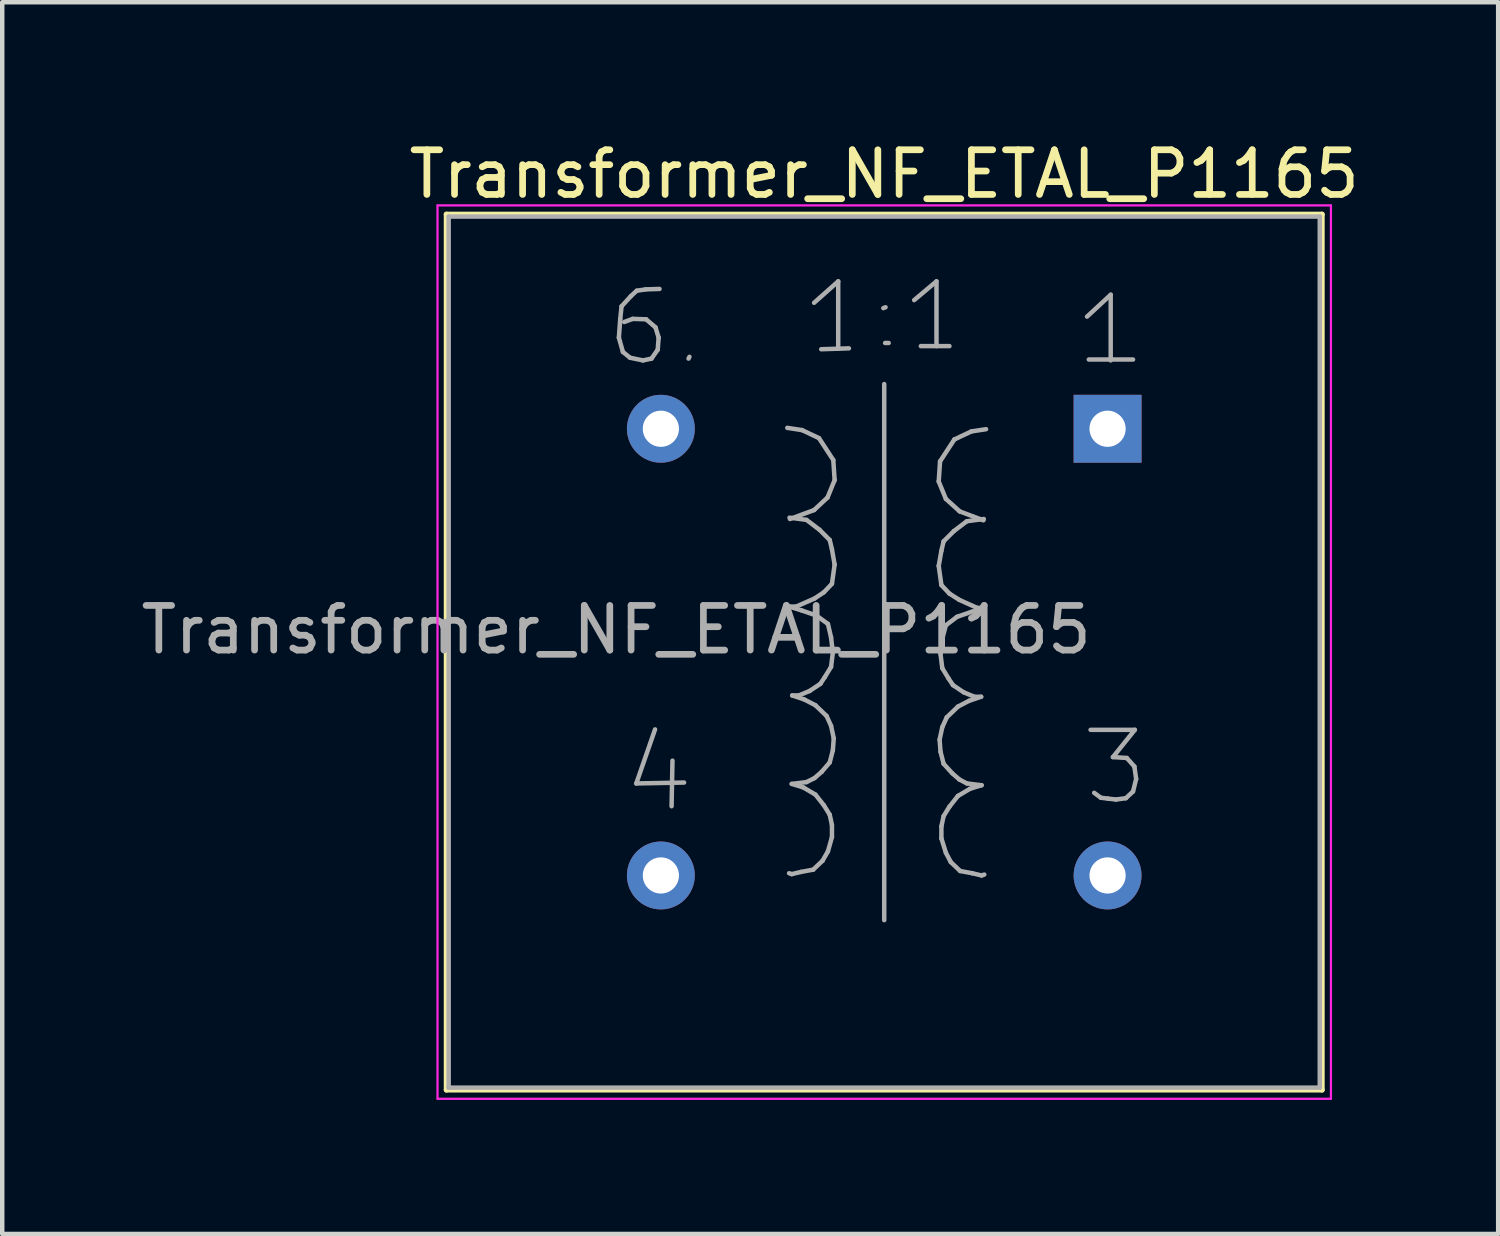
<source format=kicad_pcb>
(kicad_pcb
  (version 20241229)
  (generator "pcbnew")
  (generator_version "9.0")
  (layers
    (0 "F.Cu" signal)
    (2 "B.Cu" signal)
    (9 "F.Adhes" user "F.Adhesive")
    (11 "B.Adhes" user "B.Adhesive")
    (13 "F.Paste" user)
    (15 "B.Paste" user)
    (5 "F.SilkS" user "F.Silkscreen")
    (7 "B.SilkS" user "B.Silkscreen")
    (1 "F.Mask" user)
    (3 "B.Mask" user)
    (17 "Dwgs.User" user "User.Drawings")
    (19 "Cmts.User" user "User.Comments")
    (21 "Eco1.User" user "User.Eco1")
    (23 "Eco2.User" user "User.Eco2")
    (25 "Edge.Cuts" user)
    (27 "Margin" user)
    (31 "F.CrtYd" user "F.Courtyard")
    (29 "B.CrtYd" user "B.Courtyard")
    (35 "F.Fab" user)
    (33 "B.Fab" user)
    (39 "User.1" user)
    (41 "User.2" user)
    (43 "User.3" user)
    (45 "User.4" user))
  (footprint "Transformer_NF_ETAL_P1165"
    (layer "F.Cu")
    (at 21.744 6.548)
    (property "Reference" "Transformer_NF_ETAL_P1165" (at -5 -5.7 0) (layer "F.SilkS") (effects (font (size 1 1) (thickness 0.15))))
    (attr through_hole)
    (fp_line (start -14.8 -4.8) (end 4.8 -4.8) (stroke (width 0.12) (type solid)) (layer "F.SilkS"))
    (fp_line (start -14.8 14.8) (end -14.8 -4.8) (stroke (width 0.12) (type solid)) (layer "F.SilkS"))
    (fp_line (start 4.8 -4.8) (end 4.8 14.8) (stroke (width 0.12) (type solid)) (layer "F.SilkS"))
    (fp_line (start 4.8 14.8) (end -14.8 14.8) (stroke (width 0.12) (type solid)) (layer "F.SilkS"))
    (fp_line (start -15 -5) (end -15 15) (stroke (width 0.05) (type solid)) (layer "F.CrtYd"))
    (fp_line (start -15 -5) (end 5 -5) (stroke (width 0.05) (type solid)) (layer "F.CrtYd"))
    (fp_line (start 5 15) (end -15 15) (stroke (width 0.05) (type solid)) (layer "F.CrtYd"))
    (fp_line (start 5 15) (end 5 -5) (stroke (width 0.05) (type solid)) (layer "F.CrtYd"))
    (fp_line (start -14.75 -4.75) (end -14.75 14.75) (stroke (width 0.1) (type solid)) (layer "F.Fab"))
    (fp_line (start -14.75 14.75) (end 4.75 14.75) (stroke (width 0.1) (type solid)) (layer "F.Fab"))
    (fp_line (start -10.94 -2.04) (end -10.85 -1.72) (stroke (width 0.1) (type solid)) (layer "F.Fab"))
    (fp_line (start -10.91 -2.45) (end -10.94 -2.04) (stroke (width 0.1) (type solid)) (layer "F.Fab"))
    (fp_line (start -10.88 -2.74) (end -10.91 -2.45) (stroke (width 0.1) (type solid)) (layer "F.Fab"))
    (fp_line (start -10.85 -1.72) (end -10.69 -1.59) (stroke (width 0.1) (type solid)) (layer "F.Fab"))
    (fp_line (start -10.69 -1.59) (end -10.4 -1.53) (stroke (width 0.1) (type solid)) (layer "F.Fab"))
    (fp_line (start -10.67 -2.97) (end -10.88 -2.74) (stroke (width 0.1) (type solid)) (layer "F.Fab"))
    (fp_line (start -10.63 -2.46) (end -10.82 -2.39) (stroke (width 0.1) (type solid)) (layer "F.Fab"))
    (fp_line (start -10.55 7.94) (end -9.48 7.92) (stroke (width 0.1) (type solid)) (layer "F.Fab"))
    (fp_line (start -10.54 -3.09) (end -10.67 -2.97) (stroke (width 0.1) (type solid)) (layer "F.Fab"))
    (fp_line (start -10.4 -1.53) (end -10.21 -1.57) (stroke (width 0.1) (type solid)) (layer "F.Fab"))
    (fp_line (start -10.34 -3.12) (end -10.54 -3.09) (stroke (width 0.1) (type solid)) (layer "F.Fab"))
    (fp_line (start -10.33 -2.45) (end -10.63 -2.46) (stroke (width 0.1) (type solid)) (layer "F.Fab"))
    (fp_line (start -10.21 -1.57) (end -10.07 -1.77) (stroke (width 0.1) (type solid)) (layer "F.Fab"))
    (fp_line (start -10.13 6.73) (end -10.55 7.94) (stroke (width 0.1) (type solid)) (layer "F.Fab"))
    (fp_line (start -10.12 -2.27) (end -10.33 -2.45) (stroke (width 0.1) (type solid)) (layer "F.Fab"))
    (fp_line (start -10.07 -1.77) (end -10.05 -2.04) (stroke (width 0.1) (type solid)) (layer "F.Fab"))
    (fp_line (start -10.05 -2.04) (end -10.12 -2.27) (stroke (width 0.1) (type solid)) (layer "F.Fab"))
    (fp_line (start -10.03 -3.13) (end -10.34 -3.12) (stroke (width 0.1) (type solid)) (layer "F.Fab"))
    (fp_line (start -9.74 7.43) (end -9.76 8.45) (stroke (width 0.1) (type solid)) (layer "F.Fab"))
    (fp_line (start -9.38 -1.57) (end -9.36 -1.61) (stroke (width 0.1) (type solid)) (layer "F.Fab"))
    (fp_line (start -7.17 -0.02) (end -6.84 0.03) (stroke (width 0.1) (type solid)) (layer "F.Fab"))
    (fp_line (start -7.13 3.98) (end -6.84 4.07) (stroke (width 0.1) (type solid)) (layer "F.Fab"))
    (fp_line (start -7.12 1.99) (end -6.74 2.04) (stroke (width 0.1) (type solid)) (layer "F.Fab"))
    (fp_line (start -7.07 7.95) (end -6.81 8.03) (stroke (width 0.1) (type solid)) (layer "F.Fab"))
    (fp_line (start -7.07 9.97) (end -7.13 9.95) (stroke (width 0.1) (type solid)) (layer "F.Fab"))
    (fp_line (start -7.06 5.97) (end -6.79 6.06) (stroke (width 0.1) (type solid)) (layer "F.Fab"))
    (fp_line (start -6.97 3.98) (end -7.13 3.98) (stroke (width 0.1) (type solid)) (layer "F.Fab"))
    (fp_line (start -6.91 5.97) (end -7.06 5.97) (stroke (width 0.1) (type solid)) (layer "F.Fab"))
    (fp_line (start -6.86 9.92) (end -7.07 9.97) (stroke (width 0.1) (type solid)) (layer "F.Fab"))
    (fp_line (start -6.84 0.03) (end -6.46 0.21) (stroke (width 0.1) (type solid)) (layer "F.Fab"))
    (fp_line (start -6.84 4.07) (end -6.52 4.18) (stroke (width 0.1) (type solid)) (layer "F.Fab"))
    (fp_line (start -6.81 8.03) (end -6.54 8.19) (stroke (width 0.1) (type solid)) (layer "F.Fab"))
    (fp_line (start -6.79 6.06) (end -6.54 6.19) (stroke (width 0.1) (type solid)) (layer "F.Fab"))
    (fp_line (start -6.74 2.04) (end -6.45 2.26) (stroke (width 0.1) (type solid)) (layer "F.Fab"))
    (fp_line (start -6.74 7.91) (end -7.07 7.95) (stroke (width 0.1) (type solid)) (layer "F.Fab"))
    (fp_line (start -6.67 5.87) (end -6.91 5.97) (stroke (width 0.1) (type solid)) (layer "F.Fab"))
    (fp_line (start -6.59 9.87) (end -6.86 9.92) (stroke (width 0.1) (type solid)) (layer "F.Fab"))
    (fp_line (start -6.57 -2.82) (end -6.03 -3.3) (stroke (width 0.1) (type solid)) (layer "F.Fab"))
    (fp_line (start -6.57 1.82) (end -7.11 2.02) (stroke (width 0.1) (type solid)) (layer "F.Fab"))
    (fp_line (start -6.56 3.8) (end -6.97 3.98) (stroke (width 0.1) (type solid)) (layer "F.Fab"))
    (fp_line (start -6.56 7.82) (end -6.74 7.91) (stroke (width 0.1) (type solid)) (layer "F.Fab"))
    (fp_line (start -6.54 6.19) (end -6.29 6.43) (stroke (width 0.1) (type solid)) (layer "F.Fab"))
    (fp_line (start -6.54 8.19) (end -6.35 8.43) (stroke (width 0.1) (type solid)) (layer "F.Fab"))
    (fp_line (start -6.52 4.18) (end -6.26 4.37) (stroke (width 0.1) (type solid)) (layer "F.Fab"))
    (fp_line (start -6.46 0.21) (end -6.14 0.7) (stroke (width 0.1) (type solid)) (layer "F.Fab"))
    (fp_line (start -6.45 2.26) (end -6.22 2.49) (stroke (width 0.1) (type solid)) (layer "F.Fab"))
    (fp_line (start -6.43 5.71) (end -6.67 5.87) (stroke (width 0.1) (type solid)) (layer "F.Fab"))
    (fp_line (start -6.41 -1.78) (end -5.79 -1.8) (stroke (width 0.1) (type solid)) (layer "F.Fab"))
    (fp_line (start -6.4 7.68) (end -6.56 7.82) (stroke (width 0.1) (type solid)) (layer "F.Fab"))
    (fp_line (start -6.38 9.67) (end -6.59 9.87) (stroke (width 0.1) (type solid)) (layer "F.Fab"))
    (fp_line (start -6.35 3.66) (end -6.56 3.8) (stroke (width 0.1) (type solid)) (layer "F.Fab"))
    (fp_line (start -6.35 8.43) (end -6.22 8.64) (stroke (width 0.1) (type solid)) (layer "F.Fab"))
    (fp_line (start -6.33 5.56) (end -6.43 5.71) (stroke (width 0.1) (type solid)) (layer "F.Fab"))
    (fp_line (start -6.29 6.43) (end -6.19 6.65) (stroke (width 0.1) (type solid)) (layer "F.Fab"))
    (fp_line (start -6.27 1.54) (end -6.57 1.82) (stroke (width 0.1) (type solid)) (layer "F.Fab"))
    (fp_line (start -6.26 4.37) (end -6.19 4.67) (stroke (width 0.1) (type solid)) (layer "F.Fab"))
    (fp_line (start -6.26 9.46) (end -6.38 9.67) (stroke (width 0.1) (type solid)) (layer "F.Fab"))
    (fp_line (start -6.22 2.49) (end -6.17 2.7) (stroke (width 0.1) (type solid)) (layer "F.Fab"))
    (fp_line (start -6.22 7.47) (end -6.4 7.68) (stroke (width 0.1) (type solid)) (layer "F.Fab"))
    (fp_line (start -6.22 8.64) (end -6.17 8.87) (stroke (width 0.1) (type solid)) (layer "F.Fab"))
    (fp_line (start -6.19 4.67) (end -6.15 5.01) (stroke (width 0.1) (type solid)) (layer "F.Fab"))
    (fp_line (start -6.19 5.33) (end -6.33 5.56) (stroke (width 0.1) (type solid)) (layer "F.Fab"))
    (fp_line (start -6.19 6.65) (end -6.13 6.93) (stroke (width 0.1) (type solid)) (layer "F.Fab"))
    (fp_line (start -6.17 2.7) (end -6.11 3.04) (stroke (width 0.1) (type solid)) (layer "F.Fab"))
    (fp_line (start -6.17 3.47) (end -6.35 3.66) (stroke (width 0.1) (type solid)) (layer "F.Fab"))
    (fp_line (start -6.17 8.87) (end -6.17 9.14) (stroke (width 0.1) (type solid)) (layer "F.Fab"))
    (fp_line (start -6.17 9.14) (end -6.26 9.46) (stroke (width 0.1) (type solid)) (layer "F.Fab"))
    (fp_line (start -6.15 5.01) (end -6.19 5.33) (stroke (width 0.1) (type solid)) (layer "F.Fab"))
    (fp_line (start -6.15 7.2) (end -6.22 7.47) (stroke (width 0.1) (type solid)) (layer "F.Fab"))
    (fp_line (start -6.14 0.7) (end -6.11 1.15) (stroke (width 0.1) (type solid)) (layer "F.Fab"))
    (fp_line (start -6.13 6.93) (end -6.15 7.2) (stroke (width 0.1) (type solid)) (layer "F.Fab"))
    (fp_line (start -6.11 1.15) (end -6.27 1.54) (stroke (width 0.1) (type solid)) (layer "F.Fab"))
    (fp_line (start -6.11 3.04) (end -6.17 3.47) (stroke (width 0.1) (type solid)) (layer "F.Fab"))
    (fp_line (start -6.03 -3.3) (end -6.03 -1.79) (stroke (width 0.1) (type solid)) (layer "F.Fab"))
    (fp_line (start -5 -1) (end -5 11) (stroke (width 0.1) (type solid)) (layer "F.Fab"))
    (fp_line (start -4.97 -2.72) (end -5.02 -2.7) (stroke (width 0.1) (type solid)) (layer "F.Fab"))
    (fp_line (start -4.9 -1.92) (end -4.98 -1.92) (stroke (width 0.1) (type solid)) (layer "F.Fab"))
    (fp_line (start -4.33 -2.88) (end -3.83 -3.3) (stroke (width 0.1) (type solid)) (layer "F.Fab"))
    (fp_line (start -4.18 -1.85) (end -3.54 -1.85) (stroke (width 0.1) (type solid)) (layer "F.Fab"))
    (fp_line (start -3.83 -3.3) (end -3.83 -1.85) (stroke (width 0.1) (type solid)) (layer "F.Fab"))
    (fp_line (start -3.78 1.18) (end -3.62 1.57) (stroke (width 0.1) (type solid)) (layer "F.Fab"))
    (fp_line (start -3.78 3.07) (end -3.72 3.5) (stroke (width 0.1) (type solid)) (layer "F.Fab"))
    (fp_line (start -3.76 6.96) (end -3.74 7.23) (stroke (width 0.1) (type solid)) (layer "F.Fab"))
    (fp_line (start -3.75 0.73) (end -3.78 1.18) (stroke (width 0.1) (type solid)) (layer "F.Fab"))
    (fp_line (start -3.74 5.04) (end -3.7 5.36) (stroke (width 0.1) (type solid)) (layer "F.Fab"))
    (fp_line (start -3.74 7.23) (end -3.67 7.5) (stroke (width 0.1) (type solid)) (layer "F.Fab"))
    (fp_line (start -3.72 2.73) (end -3.78 3.07) (stroke (width 0.1) (type solid)) (layer "F.Fab"))
    (fp_line (start -3.72 3.5) (end -3.54 3.69) (stroke (width 0.1) (type solid)) (layer "F.Fab"))
    (fp_line (start -3.72 8.9) (end -3.72 9.17) (stroke (width 0.1) (type solid)) (layer "F.Fab"))
    (fp_line (start -3.72 9.17) (end -3.62 9.49) (stroke (width 0.1) (type solid)) (layer "F.Fab"))
    (fp_line (start -3.7 4.7) (end -3.74 5.04) (stroke (width 0.1) (type solid)) (layer "F.Fab"))
    (fp_line (start -3.7 5.36) (end -3.56 5.59) (stroke (width 0.1) (type solid)) (layer "F.Fab"))
    (fp_line (start -3.7 6.68) (end -3.76 6.96) (stroke (width 0.1) (type solid)) (layer "F.Fab"))
    (fp_line (start -3.67 2.52) (end -3.72 2.73) (stroke (width 0.1) (type solid)) (layer "F.Fab"))
    (fp_line (start -3.67 7.5) (end -3.48 7.71) (stroke (width 0.1) (type solid)) (layer "F.Fab"))
    (fp_line (start -3.67 8.67) (end -3.72 8.9) (stroke (width 0.1) (type solid)) (layer "F.Fab"))
    (fp_line (start -3.62 1.57) (end -3.31 1.85) (stroke (width 0.1) (type solid)) (layer "F.Fab"))
    (fp_line (start -3.62 4.4) (end -3.7 4.7) (stroke (width 0.1) (type solid)) (layer "F.Fab"))
    (fp_line (start -3.62 9.49) (end -3.51 9.7) (stroke (width 0.1) (type solid)) (layer "F.Fab"))
    (fp_line (start -3.6 6.46) (end -3.7 6.68) (stroke (width 0.1) (type solid)) (layer "F.Fab"))
    (fp_line (start -3.56 5.59) (end -3.46 5.74) (stroke (width 0.1) (type solid)) (layer "F.Fab"))
    (fp_line (start -3.54 3.69) (end -3.32 3.83) (stroke (width 0.1) (type solid)) (layer "F.Fab"))
    (fp_line (start -3.54 8.46) (end -3.67 8.67) (stroke (width 0.1) (type solid)) (layer "F.Fab"))
    (fp_line (start -3.51 9.7) (end -3.3 9.9) (stroke (width 0.1) (type solid)) (layer "F.Fab"))
    (fp_line (start -3.48 7.71) (end -3.32 7.85) (stroke (width 0.1) (type solid)) (layer "F.Fab"))
    (fp_line (start -3.46 5.74) (end -3.22 5.9) (stroke (width 0.1) (type solid)) (layer "F.Fab"))
    (fp_line (start -3.44 2.29) (end -3.67 2.52) (stroke (width 0.1) (type solid)) (layer "F.Fab"))
    (fp_line (start -3.43 0.24) (end -3.75 0.73) (stroke (width 0.1) (type solid)) (layer "F.Fab"))
    (fp_line (start -3.37 4.21) (end -3.62 4.4) (stroke (width 0.1) (type solid)) (layer "F.Fab"))
    (fp_line (start -3.35 6.22) (end -3.6 6.46) (stroke (width 0.1) (type solid)) (layer "F.Fab"))
    (fp_line (start -3.35 8.22) (end -3.54 8.46) (stroke (width 0.1) (type solid)) (layer "F.Fab"))
    (fp_line (start -3.32 3.83) (end -2.92 4.01) (stroke (width 0.1) (type solid)) (layer "F.Fab"))
    (fp_line (start -3.32 7.85) (end -3.15 7.94) (stroke (width 0.1) (type solid)) (layer "F.Fab"))
    (fp_line (start -3.31 1.85) (end -2.78 2.05) (stroke (width 0.1) (type solid)) (layer "F.Fab"))
    (fp_line (start -3.3 9.9) (end -3.03 9.95) (stroke (width 0.1) (type solid)) (layer "F.Fab"))
    (fp_line (start -3.22 5.9) (end -2.98 6) (stroke (width 0.1) (type solid)) (layer "F.Fab"))
    (fp_line (start -3.15 2.07) (end -3.44 2.29) (stroke (width 0.1) (type solid)) (layer "F.Fab"))
    (fp_line (start -3.15 7.94) (end -2.82 7.98) (stroke (width 0.1) (type solid)) (layer "F.Fab"))
    (fp_line (start -3.1 6.09) (end -3.35 6.22) (stroke (width 0.1) (type solid)) (layer "F.Fab"))
    (fp_line (start -3.08 8.06) (end -3.35 8.22) (stroke (width 0.1) (type solid)) (layer "F.Fab"))
    (fp_line (start -3.05 0.06) (end -3.43 0.24) (stroke (width 0.1) (type solid)) (layer "F.Fab"))
    (fp_line (start -3.05 4.1) (end -3.37 4.21) (stroke (width 0.1) (type solid)) (layer "F.Fab"))
    (fp_line (start -3.03 9.95) (end -2.82 10) (stroke (width 0.1) (type solid)) (layer "F.Fab"))
    (fp_line (start -2.98 6) (end -2.83 6) (stroke (width 0.1) (type solid)) (layer "F.Fab"))
    (fp_line (start -2.92 4.01) (end -2.76 4.01) (stroke (width 0.1) (type solid)) (layer "F.Fab"))
    (fp_line (start -2.83 6) (end -3.1 6.09) (stroke (width 0.1) (type solid)) (layer "F.Fab"))
    (fp_line (start -2.82 7.98) (end -3.08 8.06) (stroke (width 0.1) (type solid)) (layer "F.Fab"))
    (fp_line (start -2.82 10) (end -2.76 9.98) (stroke (width 0.1) (type solid)) (layer "F.Fab"))
    (fp_line (start -2.77 2.02) (end -3.15 2.07) (stroke (width 0.1) (type solid)) (layer "F.Fab"))
    (fp_line (start -2.76 4.01) (end -3.05 4.1) (stroke (width 0.1) (type solid)) (layer "F.Fab"))
    (fp_line (start -2.72 0.01) (end -3.05 0.06) (stroke (width 0.1) (type solid)) (layer "F.Fab"))
    (fp_line (start -0.46 -2.51) (end 0.07 -3) (stroke (width 0.1) (type solid)) (layer "F.Fab"))
    (fp_line (start -0.42 -1.55) (end 0.57 -1.55) (stroke (width 0.1) (type solid)) (layer "F.Fab"))
    (fp_line (start -0.38 6.74) (end 0.61 6.74) (stroke (width 0.1) (type solid)) (layer "F.Fab"))
    (fp_line (start -0.15 8.26) (end -0.3 8.15) (stroke (width 0.1) (type solid)) (layer "F.Fab"))
    (fp_line (start 0.01 8.28) (end -0.15 8.26) (stroke (width 0.1) (type solid)) (layer "F.Fab"))
    (fp_line (start 0.07 -3) (end 0.07 -1.53) (stroke (width 0.1) (type solid)) (layer "F.Fab"))
    (fp_line (start 0.12 7.35) (end 0.43 7.37) (stroke (width 0.1) (type solid)) (layer "F.Fab"))
    (fp_line (start 0.19 8.3) (end 0.01 8.28) (stroke (width 0.1) (type solid)) (layer "F.Fab"))
    (fp_line (start 0.41 8.27) (end 0.19 8.3) (stroke (width 0.1) (type solid)) (layer "F.Fab"))
    (fp_line (start 0.43 7.37) (end 0.6 7.56) (stroke (width 0.1) (type solid)) (layer "F.Fab"))
    (fp_line (start 0.57 8.12) (end 0.41 8.27) (stroke (width 0.1) (type solid)) (layer "F.Fab"))
    (fp_line (start 0.6 7.56) (end 0.64 7.84) (stroke (width 0.1) (type solid)) (layer "F.Fab"))
    (fp_line (start 0.61 6.74) (end 0.12 7.35) (stroke (width 0.1) (type solid)) (layer "F.Fab"))
    (fp_line (start 0.64 7.84) (end 0.57 8.12) (stroke (width 0.1) (type solid)) (layer "F.Fab"))
    (fp_line (start 4.75 -4.75) (end -14.75 -4.75) (stroke (width 0.1) (type solid)) (layer "F.Fab"))
    (fp_line (start 4.75 14.75) (end 4.75 -4.75) (stroke (width 0.1) (type solid)) (layer "F.Fab"))
    (fp_text user "${REFERENCE}" (at -11 4.5 0) (layer "F.Fab") (effects (font (size 1 1) (thickness 0.15))))
    (pad "1" thru_hole rect (at 0 0) (size 1.52 1.52) (drill 0.81) (layers "*.Cu" "*.Mask"))
    (pad "3" thru_hole circle (at 0 10) (size 1.52 1.52) (drill 0.81) (layers "*.Cu" "*.Mask"))
    (pad "4" thru_hole circle (at -10 10) (size 1.52 1.52) (drill 0.81) (layers "*.Cu" "*.Mask"))
    (pad "6" thru_hole circle (at -10 0) (size 1.52 1.52) (drill 0.81) (layers "*.Cu" "*.Mask")))
  (gr_rect
    (start -3 -3)
    (end 30.488 24.573)
    (stroke (width 0.1) (type default))
    (fill no)
    (layer "Edge.Cuts")))
</source>
